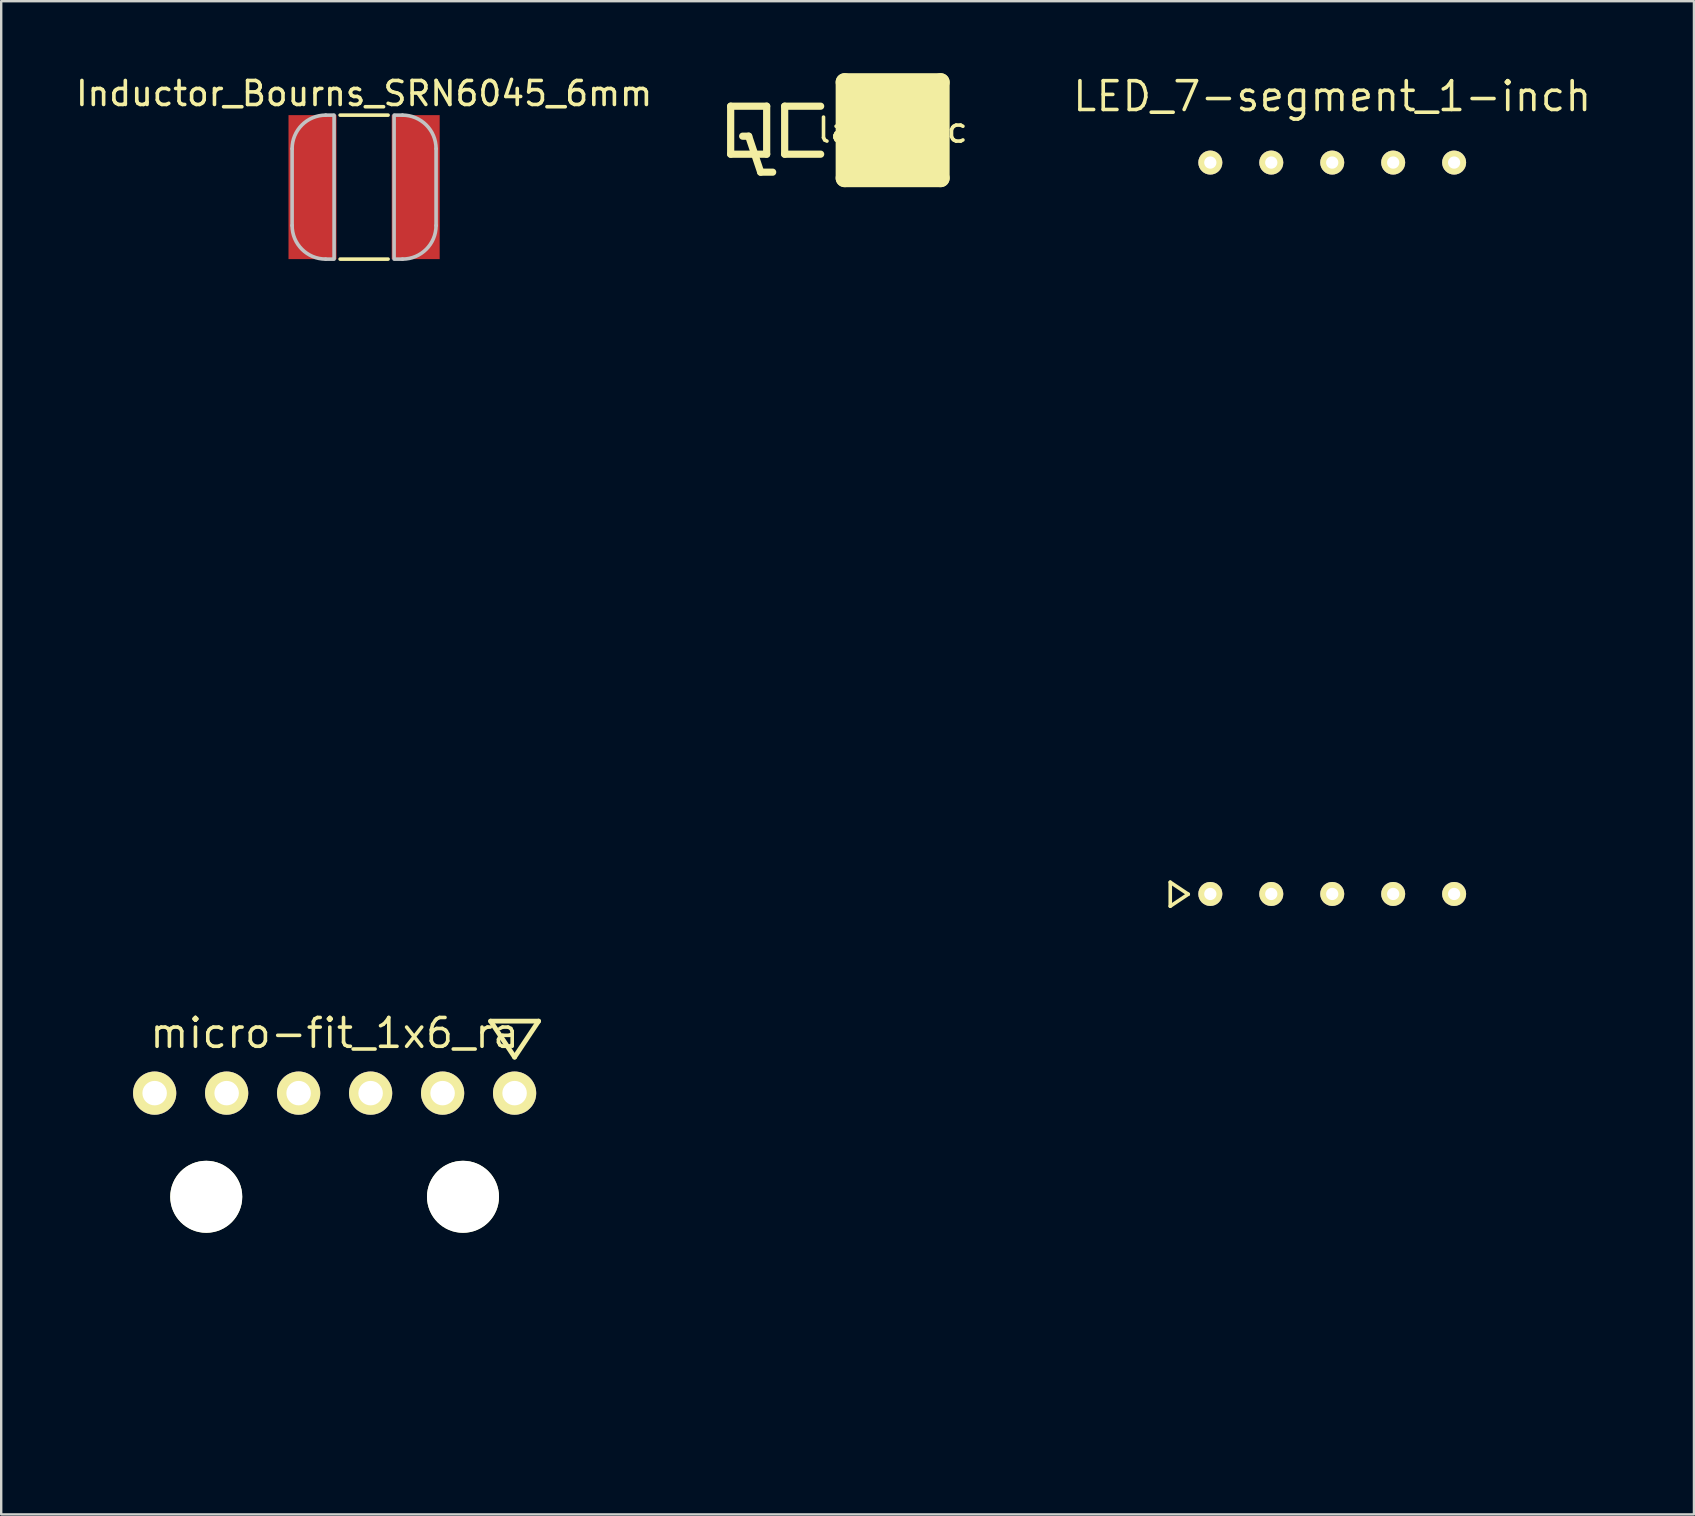
<source format=kicad_pcb>
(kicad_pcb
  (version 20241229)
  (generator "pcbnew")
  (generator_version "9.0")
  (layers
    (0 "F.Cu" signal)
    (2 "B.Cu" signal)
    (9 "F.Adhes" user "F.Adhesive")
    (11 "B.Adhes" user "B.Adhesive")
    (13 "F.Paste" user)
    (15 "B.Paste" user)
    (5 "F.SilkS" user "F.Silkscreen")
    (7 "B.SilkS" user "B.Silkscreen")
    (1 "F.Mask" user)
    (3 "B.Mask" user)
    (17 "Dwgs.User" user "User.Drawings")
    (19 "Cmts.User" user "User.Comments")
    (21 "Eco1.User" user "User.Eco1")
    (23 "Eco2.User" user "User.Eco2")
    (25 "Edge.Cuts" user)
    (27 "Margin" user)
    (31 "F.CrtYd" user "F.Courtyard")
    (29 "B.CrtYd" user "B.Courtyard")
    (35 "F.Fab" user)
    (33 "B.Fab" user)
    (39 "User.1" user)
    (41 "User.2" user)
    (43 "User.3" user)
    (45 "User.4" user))
  (footprint "label_qc"
    (layer "F.Cu")
    (at 34.15 2.375)
    (property "Reference" "label_qc" (at 0 0 0) (layer "F.SilkS") (effects (font (size 1 1) (thickness 0.15))))
    (attr through_hole)
    (fp_line (start -6.75 -1) (end -6.75 1) (stroke (width 0.3) (type solid)) (layer "F.SilkS"))
    (fp_line (start -6.75 1) (end -5.25 1) (stroke (width 0.3) (type solid)) (layer "F.SilkS"))
    (fp_line (start -6.25 0.25) (end -6 0.25) (stroke (width 0.3) (type solid)) (layer "F.SilkS"))
    (fp_line (start -6 0.25) (end -5.5 1.75) (stroke (width 0.3) (type solid)) (layer "F.SilkS"))
    (fp_line (start -5.5 1.75) (end -5 1.75) (stroke (width 0.3) (type solid)) (layer "F.SilkS"))
    (fp_line (start -5.25 -1) (end -6.75 -1) (stroke (width 0.3) (type solid)) (layer "F.SilkS"))
    (fp_line (start -5.25 1) (end -5.25 -1) (stroke (width 0.3) (type solid)) (layer "F.SilkS"))
    (fp_line (start -4.5 -1) (end -3 -1) (stroke (width 0.3) (type solid)) (layer "F.SilkS"))
    (fp_line (start -4.5 1) (end -4.5 -1) (stroke (width 0.3) (type solid)) (layer "F.SilkS"))
    (fp_line (start -3 1) (end -4.5 1) (stroke (width 0.3) (type solid)) (layer "F.SilkS"))
    (fp_line (start -2 -2) (end 2 -2) (stroke (width 0.75) (type solid)) (layer "F.SilkS"))
    (fp_line (start -2 2) (end -2 -2) (stroke (width 0.75) (type solid)) (layer "F.SilkS"))
    (fp_line (start -1.5 -1.5) (end 1.5 -1.5) (stroke (width 0.75) (type solid)) (layer "F.SilkS"))
    (fp_line (start -1.5 -1) (end 1 -1) (stroke (width 0.75) (type solid)) (layer "F.SilkS"))
    (fp_line (start -1.5 1.5) (end -1.5 -1) (stroke (width 0.75) (type solid)) (layer "F.SilkS"))
    (fp_line (start -1 -0.5) (end 0.5 -0.5) (stroke (width 0.75) (type solid)) (layer "F.SilkS"))
    (fp_line (start -1 1) (end -1 -0.5) (stroke (width 0.75) (type solid)) (layer "F.SilkS"))
    (fp_line (start -0.5 0) (end 0 0) (stroke (width 0.75) (type solid)) (layer "F.SilkS"))
    (fp_line (start -0.5 0.5) (end -0.5 0) (stroke (width 0.75) (type solid)) (layer "F.SilkS"))
    (fp_line (start 0.5 -0.5) (end 0.5 0.5) (stroke (width 0.75) (type solid)) (layer "F.SilkS"))
    (fp_line (start 0.5 0.5) (end -0.5 0.5) (stroke (width 0.75) (type solid)) (layer "F.SilkS"))
    (fp_line (start 1 -1) (end 1 1) (stroke (width 0.75) (type solid)) (layer "F.SilkS"))
    (fp_line (start 1 1) (end -1 1) (stroke (width 0.75) (type solid)) (layer "F.SilkS"))
    (fp_line (start 1.5 -1.5) (end 1.5 1.5) (stroke (width 0.75) (type solid)) (layer "F.SilkS"))
    (fp_line (start 1.5 1.5) (end -1.5 1.5) (stroke (width 0.75) (type solid)) (layer "F.SilkS"))
    (fp_line (start 2 -2) (end 2 2) (stroke (width 0.75) (type solid)) (layer "F.SilkS"))
    (fp_line (start 2 2) (end -2 2) (stroke (width 0.75) (type solid)) (layer "F.SilkS")))
  (footprint "micro-fit_1x6_ra"
    (layer "F.Cu")
    (at 10.895 42.505)
    (property "Reference" "micro-fit_1x6_ra" (at 0 -2.5 0) (layer "F.SilkS") (effects (font (size 1.2 1.2) (thickness 0.15))))
    (attr through_hole)
    (fp_line (start 6.5 -3) (end 8.5 -3) (stroke (width 0.2) (type solid)) (layer "F.SilkS"))
    (fp_line (start 7.5 -1.5) (end 6.5 -3) (stroke (width 0.2) (type solid)) (layer "F.SilkS"))
    (fp_line (start 8.5 -3) (end 7.5 -1.5) (stroke (width 0.2) (type solid)) (layer "F.SilkS"))
    (fp_line (start -10.82 -0.98) (end -10.82 8.92) (stroke (width 0.15) (type solid)) (layer "Eco1.User"))
    (fp_line (start -10.82 -0.98) (end 10.82 -0.98) (stroke (width 0.15) (type solid)) (layer "Eco1.User"))
    (fp_line (start -10.82 8.92) (end 10.82 8.92) (stroke (width 0.15) (type solid)) (layer "Eco1.User"))
    (fp_line (start -10.82 14.48) (end 10.82 14.48) (stroke (width 0.15) (type solid)) (layer "Eco1.User"))
    (fp_line (start 10.82 -0.98) (end 10.82 8.92) (stroke (width 0.15) (type solid)) (layer "Eco1.User"))
    (fp_text user "maximum board edge offset" (at 0 13.5 0) (layer "Eco1.User") (effects (font (size 1 1) (thickness 0.15))))
    (pad "" np_thru_hole circle (at -5.35 4.32) (size 3 3) (drill 3) (layers "*.Cu" "*.Mask" "F.SilkS"))
    (pad "" np_thru_hole circle (at 5.35 4.32) (size 3 3) (drill 3) (layers "*.Cu" "*.Mask" "F.SilkS"))
    (pad "1" thru_hole circle (at -7.5 0) (size 1.8 1.8) (drill 1.02) (layers "*.Cu" "*.Mask" "F.SilkS"))
    (pad "2" thru_hole circle (at -4.5 0) (size 1.8 1.8) (drill 1.02) (layers "*.Cu" "*.Mask" "F.SilkS"))
    (pad "3" thru_hole circle (at -1.5 0) (size 1.8 1.8) (drill 1.02) (layers "*.Cu" "*.Mask" "F.SilkS"))
    (pad "4" thru_hole circle (at 1.5 0) (size 1.8 1.8) (drill 1.02) (layers "*.Cu" "*.Mask" "F.SilkS"))
    (pad "5" thru_hole circle (at 4.5 0) (size 1.8 1.8) (drill 1.02) (layers "*.Cu" "*.Mask" "F.SilkS"))
    (pad "6" thru_hole circle (at 7.5 0) (size 1.8 1.8) (drill 1.02) (layers "*.Cu" "*.Mask" "F.SilkS")))
  (footprint "LED_7-segment_1-inch"
    (layer "F.Cu")
    (at 52.469 18.965)
    (property "Reference" "LED_7-segment_1-inch" (at 0 -18 0) (layer "F.SilkS") (effects (font (size 1.2 1.2) (thickness 0.15))))
    (attr through_hole)
    (fp_line (start -6.75 14.75) (end -6 15.25) (stroke (width 0.15) (type solid)) (layer "F.SilkS"))
    (fp_line (start -6.75 15.75) (end -6.75 14.75) (stroke (width 0.15) (type solid)) (layer "F.SilkS"))
    (fp_line (start -6 15.25) (end -6.75 15.75) (stroke (width 0.15) (type solid)) (layer "F.SilkS"))
    (fp_line (start -12 -17) (end 12 -17) (stroke (width 0.15) (type solid)) (layer "Eco1.User"))
    (fp_line (start -12 17) (end -12 -17) (stroke (width 0.15) (type solid)) (layer "Eco1.User"))
    (fp_line (start 10 -15.5) (end 10.5 -16) (stroke (width 0.15) (type solid)) (layer "Eco1.User"))
    (fp_line (start 10.5 -16) (end 10.5 -14.5) (stroke (width 0.15) (type solid)) (layer "Eco1.User"))
    (fp_line (start 10.5 -16) (end 11 -15.5) (stroke (width 0.15) (type solid)) (layer "Eco1.User"))
    (fp_line (start 12 -17) (end 12 17) (stroke (width 0.15) (type solid)) (layer "Eco1.User"))
    (fp_line (start 12 17) (end -12 17) (stroke (width 0.15) (type solid)) (layer "Eco1.User"))
    (pad "1" thru_hole circle (at -5.08 15.24) (size 1 1) (drill 0.51) (layers "*.Cu" "*.Mask" "F.SilkS"))
    (pad "2" thru_hole circle (at -2.54 15.24) (size 1 1) (drill 0.51) (layers "*.Cu" "*.Mask" "F.SilkS"))
    (pad "3" thru_hole circle (at 0 15.24) (size 1 1) (drill 0.51) (layers "*.Cu" "*.Mask" "F.SilkS"))
    (pad "4" thru_hole circle (at 2.54 15.24) (size 1 1) (drill 0.51) (layers "*.Cu" "*.Mask" "F.SilkS"))
    (pad "5" thru_hole circle (at 5.08 15.24) (size 1 1) (drill 0.51) (layers "*.Cu" "*.Mask" "F.SilkS"))
    (pad "6" thru_hole circle (at 5.08 -15.24) (size 1 1) (drill 0.51) (layers "*.Cu" "*.Mask" "F.SilkS"))
    (pad "7" thru_hole circle (at 2.54 -15.24) (size 1 1) (drill 0.51) (layers "*.Cu" "*.Mask" "F.SilkS"))
    (pad "8" thru_hole circle (at 0 -15.24) (size 1 1) (drill 0.51) (layers "*.Cu" "*.Mask" "F.SilkS"))
    (pad "9" thru_hole circle (at -2.54 -15.24) (size 1 1) (drill 0.51) (layers "*.Cu" "*.Mask" "F.SilkS"))
    (pad "10" thru_hole circle (at -5.08 -15.24) (size 1 1) (drill 0.51) (layers "*.Cu" "*.Mask" "F.SilkS")))
  (footprint "Inductor_Bourns_SRN6045_6mm"
    (layer "F.Cu")
    (at 12.123 4.748)
    (property "Reference" "Inductor_Bourns_SRN6045_6mm" (at 0.002 -3.9 0) (layer "F.SilkS") (effects (font (size 1 1) (thickness 0.15))))
    (attr through_hole)
    (fp_line (start -1 -3) (end 1 -3) (stroke (width 0.15) (type solid)) (layer "F.SilkS"))
    (fp_line (start -1 3) (end 1 3) (stroke (width 0.15) (type solid)) (layer "F.SilkS"))
    (fp_line (start -3 1.6) (end -3 -1.6) (stroke (width 0.15) (type solid)) (layer "Dwgs.User"))
    (fp_line (start -1.6 -3) (end -1.3 -3) (stroke (width 0.15) (type solid)) (layer "Dwgs.User"))
    (fp_line (start -1.6 3) (end -1.3 3) (stroke (width 0.15) (type solid)) (layer "Dwgs.User"))
    (fp_line (start -1.25 -3) (end -1.25 3) (stroke (width 0.15) (type solid)) (layer "Dwgs.User"))
    (fp_line (start 1.25 3) (end 1.25 -3) (stroke (width 0.15) (type solid)) (layer "Dwgs.User"))
    (fp_line (start 1.3 3) (end 1.6 3) (stroke (width 0.15) (type solid)) (layer "Dwgs.User"))
    (fp_line (start 1.6 -3) (end 1.3 -3) (stroke (width 0.15) (type solid)) (layer "Dwgs.User"))
    (fp_line (start 3 1.6) (end 3 -1.6) (stroke (width 0.15) (type solid)) (layer "Dwgs.User"))
    (fp_arc (start -3 -1.6) (mid -2.589949 -2.589949) (end -1.6 -3) (stroke (width 0.15) (type solid)) (layer "Dwgs.User"))
    (fp_arc (start -1.6 3) (mid -2.589949 2.589949) (end -3 1.6) (stroke (width 0.15) (type solid)) (layer "Dwgs.User"))
    (fp_arc (start 1.6 -3) (mid 2.589949 -2.589949) (end 3 -1.6) (stroke (width 0.15) (type solid)) (layer "Dwgs.User"))
    (fp_arc (start 3 1.6) (mid 2.589949 2.589949) (end 1.6 3) (stroke (width 0.15) (type solid)) (layer "Dwgs.User"))
    (pad "1" smd rect (at 2.15 0) (size 2 6) (layers "F.Cu" "F.Mask" "F.Paste"))
    (pad "2" smd rect (at -2.15 0) (size 2 6) (layers "F.Cu" "F.Mask" "F.Paste")))
  (gr_rect
    (start -3 -3)
    (end 67.544 60.06)
    (stroke (width 0.1) (type default))
    (fill no)
    (layer "Edge.Cuts")))
</source>
